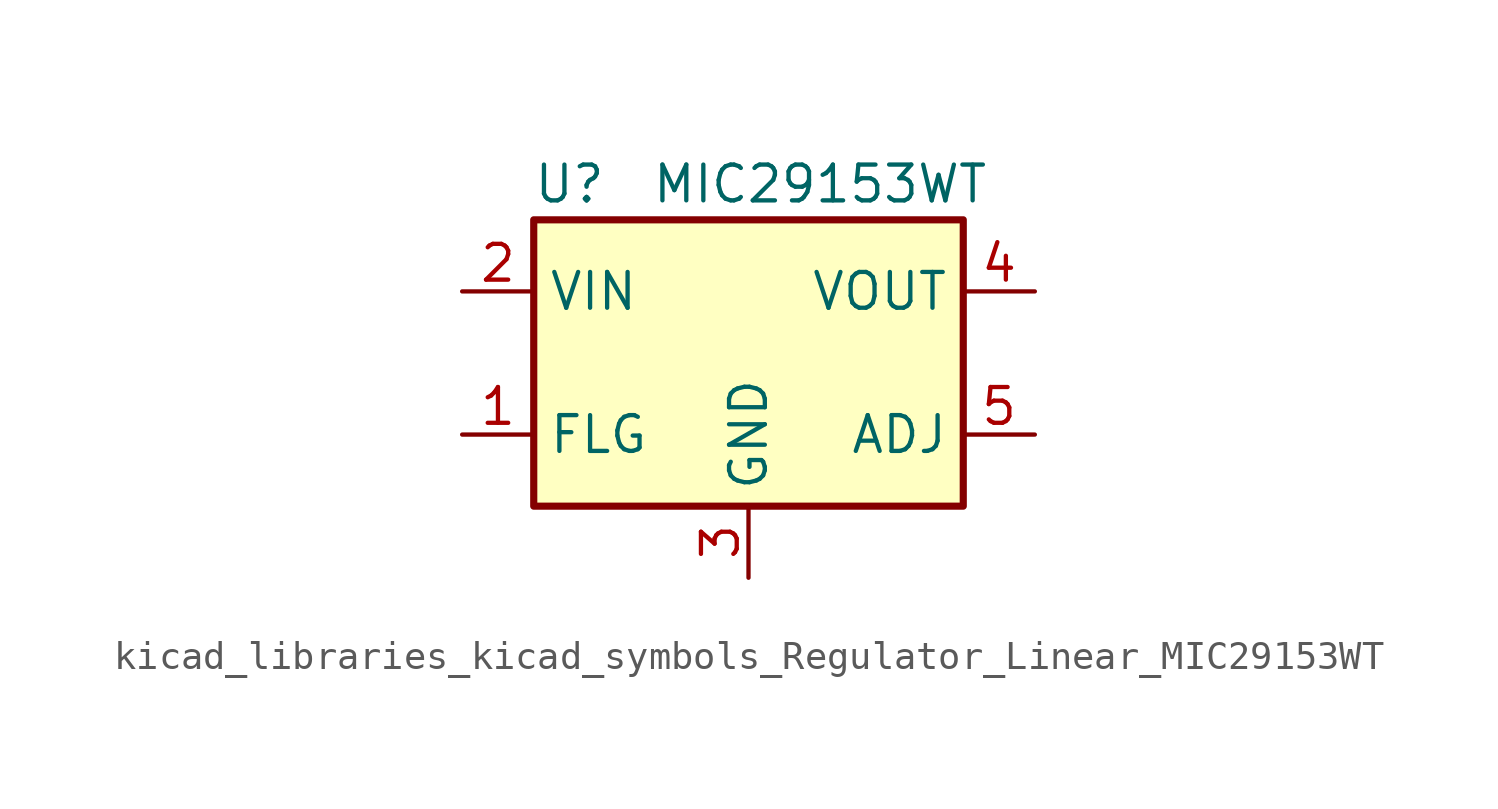
<source format=kicad_sym>
(kicad_symbol_lib
  (version 20220914)
  (generator kicad_symbol_editor)
  (symbol "kicad_libraries_kicad_symbols_Regulator_Linear_MIC29153WT"
    (property "Reference" "U"
      (at -6.35 6.35 0)
      (effects (font (size 1.27 1.27))))
    (property "Value" "MIC29153WT"
      (at 2.54 6.35 0)
      (effects (font (size 1.27 1.27))))
    (symbol "kicad_libraries_kicad_symbols_Regulator_Linear_MIC29153WT_1_1"
      (rectangle (start -7.62 5.08) (end 7.62 -5.08) (stroke (width 0.254) (type default)) (fill (type background)))
      (pin open_collector line (at -10.16 -2.54 0) (length 2.54) (name "FLG" (effects (font (size 1.27 1.27)))) (number "1" (effects (font (size 1.27 1.27)))))
      (pin power_in line (at -10.16 2.54 0) (length 2.54) (name "VIN" (effects (font (size 1.27 1.27)))) (number "2" (effects (font (size 1.27 1.27)))))
      (pin power_in line (at 0 -7.62 90) (length 2.54) (name "GND" (effects (font (size 1.27 1.27)))) (number "3" (effects (font (size 1.27 1.27)))))
      (pin power_out line (at 10.16 2.54 180) (length 2.54) (name "VOUT" (effects (font (size 1.27 1.27)))) (number "4" (effects (font (size 1.27 1.27)))))
      (pin input line (at 10.16 -2.54 180) (length 2.54) (name "ADJ" (effects (font (size 1.27 1.27)))) (number "5" (effects (font (size 1.27 1.27))))))))
</source>
